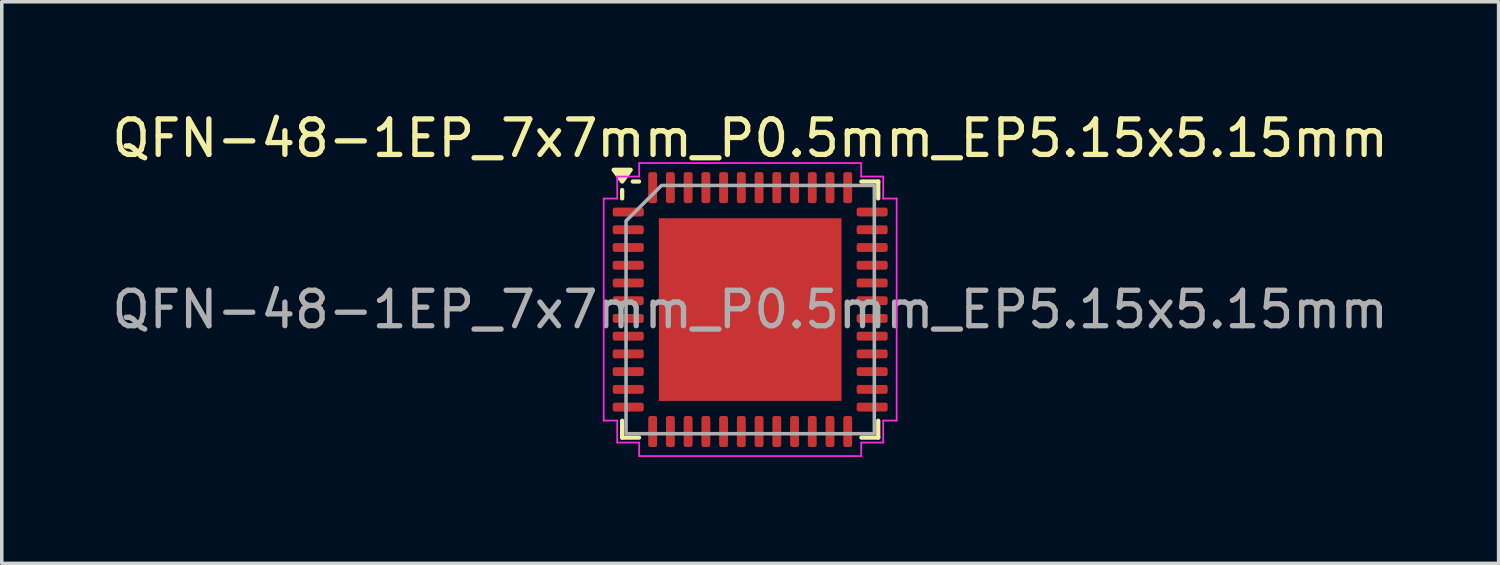
<source format=kicad_pcb>
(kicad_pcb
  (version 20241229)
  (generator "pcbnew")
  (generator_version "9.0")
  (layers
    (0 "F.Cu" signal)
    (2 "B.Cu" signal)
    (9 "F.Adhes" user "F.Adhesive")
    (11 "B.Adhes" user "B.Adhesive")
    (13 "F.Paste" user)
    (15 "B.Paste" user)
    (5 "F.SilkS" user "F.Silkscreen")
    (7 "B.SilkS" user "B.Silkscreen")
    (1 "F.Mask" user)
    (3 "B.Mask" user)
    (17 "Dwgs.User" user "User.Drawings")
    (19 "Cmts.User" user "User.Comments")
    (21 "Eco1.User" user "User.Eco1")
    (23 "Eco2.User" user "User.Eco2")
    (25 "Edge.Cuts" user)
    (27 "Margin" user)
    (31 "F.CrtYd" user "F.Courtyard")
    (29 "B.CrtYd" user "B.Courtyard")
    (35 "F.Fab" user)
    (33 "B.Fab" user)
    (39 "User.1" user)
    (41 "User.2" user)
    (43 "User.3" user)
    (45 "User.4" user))
  (footprint "QFN-48-1EP_7x7mm_P0.5mm_EP5.15x5.15mm"
    (layer "F.Cu")
    (at 18.101 5.678)
    (property "Reference" "QFN-48-1EP_7x7mm_P0.5mm_EP5.15x5.15mm" (at 0 -4.83 0) (layer "F.SilkS") (effects (font (size 1 1) (thickness 0.15))))
    (attr smd)
    (fp_line (start -3.61 -3.135) (end -3.61 -3.37) (stroke (width 0.12) (type solid)) (layer "F.SilkS"))
    (fp_line (start -3.61 3.61) (end -3.61 3.135) (stroke (width 0.12) (type solid)) (layer "F.SilkS"))
    (fp_line (start -3.135 -3.61) (end -3.31 -3.61) (stroke (width 0.12) (type solid)) (layer "F.SilkS"))
    (fp_line (start -3.135 3.61) (end -3.61 3.61) (stroke (width 0.12) (type solid)) (layer "F.SilkS"))
    (fp_line (start 3.135 -3.61) (end 3.61 -3.61) (stroke (width 0.12) (type solid)) (layer "F.SilkS"))
    (fp_line (start 3.135 3.61) (end 3.61 3.61) (stroke (width 0.12) (type solid)) (layer "F.SilkS"))
    (fp_line (start 3.61 -3.61) (end 3.61 -3.135) (stroke (width 0.12) (type solid)) (layer "F.SilkS"))
    (fp_line (start 3.61 3.61) (end 3.61 3.135) (stroke (width 0.12) (type solid)) (layer "F.SilkS"))
    (fp_poly (pts (xy -3.61 -3.61) (xy -3.85 -3.94) (xy -3.37 -3.94)) (stroke (width 0.12) (type solid)) (fill yes) (layer "F.SilkS"))
    (fp_line (start -4.13 -3.13) (end -3.75 -3.13) (stroke (width 0.05) (type solid)) (layer "F.CrtYd"))
    (fp_line (start -4.13 3.13) (end -4.13 -3.13) (stroke (width 0.05) (type solid)) (layer "F.CrtYd"))
    (fp_line (start -3.75 -3.75) (end -3.13 -3.75) (stroke (width 0.05) (type solid)) (layer "F.CrtYd"))
    (fp_line (start -3.75 -3.13) (end -3.75 -3.75) (stroke (width 0.05) (type solid)) (layer "F.CrtYd"))
    (fp_line (start -3.75 3.13) (end -4.13 3.13) (stroke (width 0.05) (type solid)) (layer "F.CrtYd"))
    (fp_line (start -3.75 3.75) (end -3.75 3.13) (stroke (width 0.05) (type solid)) (layer "F.CrtYd"))
    (fp_line (start -3.13 -4.13) (end 3.13 -4.13) (stroke (width 0.05) (type solid)) (layer "F.CrtYd"))
    (fp_line (start -3.13 -3.75) (end -3.13 -4.13) (stroke (width 0.05) (type solid)) (layer "F.CrtYd"))
    (fp_line (start -3.13 3.75) (end -3.75 3.75) (stroke (width 0.05) (type solid)) (layer "F.CrtYd"))
    (fp_line (start -3.13 4.13) (end -3.13 3.75) (stroke (width 0.05) (type solid)) (layer "F.CrtYd"))
    (fp_line (start 3.13 -4.13) (end 3.13 -3.75) (stroke (width 0.05) (type solid)) (layer "F.CrtYd"))
    (fp_line (start 3.13 -3.75) (end 3.75 -3.75) (stroke (width 0.05) (type solid)) (layer "F.CrtYd"))
    (fp_line (start 3.13 3.75) (end 3.13 4.13) (stroke (width 0.05) (type solid)) (layer "F.CrtYd"))
    (fp_line (start 3.13 4.13) (end -3.13 4.13) (stroke (width 0.05) (type solid)) (layer "F.CrtYd"))
    (fp_line (start 3.75 -3.75) (end 3.75 -3.13) (stroke (width 0.05) (type solid)) (layer "F.CrtYd"))
    (fp_line (start 3.75 -3.13) (end 4.13 -3.13) (stroke (width 0.05) (type solid)) (layer "F.CrtYd"))
    (fp_line (start 3.75 3.13) (end 3.75 3.75) (stroke (width 0.05) (type solid)) (layer "F.CrtYd"))
    (fp_line (start 3.75 3.75) (end 3.13 3.75) (stroke (width 0.05) (type solid)) (layer "F.CrtYd"))
    (fp_line (start 4.13 -3.13) (end 4.13 3.13) (stroke (width 0.05) (type solid)) (layer "F.CrtYd"))
    (fp_line (start 4.13 3.13) (end 3.75 3.13) (stroke (width 0.05) (type solid)) (layer "F.CrtYd"))
    (fp_poly (pts (xy -3.5 -2.5) (xy -3.5 3.5) (xy 3.5 3.5) (xy 3.5 -3.5) (xy -2.5 -3.5)) (stroke (width 0.1) (type solid)) (fill no) (layer "F.Fab"))
    (fp_text user "${REFERENCE}" (at 0 0 0) (layer "F.Fab") (effects (font (size 1 1) (thickness 0.15))))
    (pad "" smd roundrect (at -1.935 -1.935) (size 1.04 1.04) (layers "F.Paste") (roundrect_rratio 0.24))
    (pad "" smd roundrect (at -1.935 -0.645) (size 1.04 1.04) (layers "F.Paste") (roundrect_rratio 0.24))
    (pad "" smd roundrect (at -1.935 0.645) (size 1.04 1.04) (layers "F.Paste") (roundrect_rratio 0.24))
    (pad "" smd roundrect (at -1.935 1.935) (size 1.04 1.04) (layers "F.Paste") (roundrect_rratio 0.24))
    (pad "" smd roundrect (at -0.645 -1.935) (size 1.04 1.04) (layers "F.Paste") (roundrect_rratio 0.24))
    (pad "" smd roundrect (at -0.645 -0.645) (size 1.04 1.04) (layers "F.Paste") (roundrect_rratio 0.24))
    (pad "" smd roundrect (at -0.645 0.645) (size 1.04 1.04) (layers "F.Paste") (roundrect_rratio 0.24))
    (pad "" smd roundrect (at -0.645 1.935) (size 1.04 1.04) (layers "F.Paste") (roundrect_rratio 0.24))
    (pad "" smd roundrect (at 0.645 -1.935) (size 1.04 1.04) (layers "F.Paste") (roundrect_rratio 0.24))
    (pad "" smd roundrect (at 0.645 -0.645) (size 1.04 1.04) (layers "F.Paste") (roundrect_rratio 0.24))
    (pad "" smd roundrect (at 0.645 0.645) (size 1.04 1.04) (layers "F.Paste") (roundrect_rratio 0.24))
    (pad "" smd roundrect (at 0.645 1.935) (size 1.04 1.04) (layers "F.Paste") (roundrect_rratio 0.24))
    (pad "" smd roundrect (at 1.935 -1.935) (size 1.04 1.04) (layers "F.Paste") (roundrect_rratio 0.24))
    (pad "" smd roundrect (at 1.935 -0.645) (size 1.04 1.04) (layers "F.Paste") (roundrect_rratio 0.24))
    (pad "" smd roundrect (at 1.935 0.645) (size 1.04 1.04) (layers "F.Paste") (roundrect_rratio 0.24))
    (pad "" smd roundrect (at 1.935 1.935) (size 1.04 1.04) (layers "F.Paste") (roundrect_rratio 0.24))
    (pad "1" smd roundrect (at -3.438 -2.75) (size 0.875 0.25) (layers "F.Cu" "F.Mask" "F.Paste") (roundrect_rratio 0.25))
    (pad "2" smd roundrect (at -3.438 -2.25) (size 0.875 0.25) (layers "F.Cu" "F.Mask" "F.Paste") (roundrect_rratio 0.25))
    (pad "3" smd roundrect (at -3.438 -1.75) (size 0.875 0.25) (layers "F.Cu" "F.Mask" "F.Paste") (roundrect_rratio 0.25))
    (pad "4" smd roundrect (at -3.438 -1.25) (size 0.875 0.25) (layers "F.Cu" "F.Mask" "F.Paste") (roundrect_rratio 0.25))
    (pad "5" smd roundrect (at -3.438 -0.75) (size 0.875 0.25) (layers "F.Cu" "F.Mask" "F.Paste") (roundrect_rratio 0.25))
    (pad "6" smd roundrect (at -3.438 -0.25) (size 0.875 0.25) (layers "F.Cu" "F.Mask" "F.Paste") (roundrect_rratio 0.25))
    (pad "7" smd roundrect (at -3.438 0.25) (size 0.875 0.25) (layers "F.Cu" "F.Mask" "F.Paste") (roundrect_rratio 0.25))
    (pad "8" smd roundrect (at -3.438 0.75) (size 0.875 0.25) (layers "F.Cu" "F.Mask" "F.Paste") (roundrect_rratio 0.25))
    (pad "9" smd roundrect (at -3.438 1.25) (size 0.875 0.25) (layers "F.Cu" "F.Mask" "F.Paste") (roundrect_rratio 0.25))
    (pad "10" smd roundrect (at -3.438 1.75) (size 0.875 0.25) (layers "F.Cu" "F.Mask" "F.Paste") (roundrect_rratio 0.25))
    (pad "11" smd roundrect (at -3.438 2.25) (size 0.875 0.25) (layers "F.Cu" "F.Mask" "F.Paste") (roundrect_rratio 0.25))
    (pad "12" smd roundrect (at -3.438 2.75) (size 0.875 0.25) (layers "F.Cu" "F.Mask" "F.Paste") (roundrect_rratio 0.25))
    (pad "13" smd roundrect (at -2.75 3.438) (size 0.25 0.875) (layers "F.Cu" "F.Mask" "F.Paste") (roundrect_rratio 0.25))
    (pad "14" smd roundrect (at -2.25 3.438) (size 0.25 0.875) (layers "F.Cu" "F.Mask" "F.Paste") (roundrect_rratio 0.25))
    (pad "15" smd roundrect (at -1.75 3.438) (size 0.25 0.875) (layers "F.Cu" "F.Mask" "F.Paste") (roundrect_rratio 0.25))
    (pad "16" smd roundrect (at -1.25 3.438) (size 0.25 0.875) (layers "F.Cu" "F.Mask" "F.Paste") (roundrect_rratio 0.25))
    (pad "17" smd roundrect (at -0.75 3.438) (size 0.25 0.875) (layers "F.Cu" "F.Mask" "F.Paste") (roundrect_rratio 0.25))
    (pad "18" smd roundrect (at -0.25 3.438) (size 0.25 0.875) (layers "F.Cu" "F.Mask" "F.Paste") (roundrect_rratio 0.25))
    (pad "19" smd roundrect (at 0.25 3.438) (size 0.25 0.875) (layers "F.Cu" "F.Mask" "F.Paste") (roundrect_rratio 0.25))
    (pad "20" smd roundrect (at 0.75 3.438) (size 0.25 0.875) (layers "F.Cu" "F.Mask" "F.Paste") (roundrect_rratio 0.25))
    (pad "21" smd roundrect (at 1.25 3.438) (size 0.25 0.875) (layers "F.Cu" "F.Mask" "F.Paste") (roundrect_rratio 0.25))
    (pad "22" smd roundrect (at 1.75 3.438) (size 0.25 0.875) (layers "F.Cu" "F.Mask" "F.Paste") (roundrect_rratio 0.25))
    (pad "23" smd roundrect (at 2.25 3.438) (size 0.25 0.875) (layers "F.Cu" "F.Mask" "F.Paste") (roundrect_rratio 0.25))
    (pad "24" smd roundrect (at 2.75 3.438) (size 0.25 0.875) (layers "F.Cu" "F.Mask" "F.Paste") (roundrect_rratio 0.25))
    (pad "25" smd roundrect (at 3.438 2.75) (size 0.875 0.25) (layers "F.Cu" "F.Mask" "F.Paste") (roundrect_rratio 0.25))
    (pad "26" smd roundrect (at 3.438 2.25) (size 0.875 0.25) (layers "F.Cu" "F.Mask" "F.Paste") (roundrect_rratio 0.25))
    (pad "27" smd roundrect (at 3.438 1.75) (size 0.875 0.25) (layers "F.Cu" "F.Mask" "F.Paste") (roundrect_rratio 0.25))
    (pad "28" smd roundrect (at 3.438 1.25) (size 0.875 0.25) (layers "F.Cu" "F.Mask" "F.Paste") (roundrect_rratio 0.25))
    (pad "29" smd roundrect (at 3.438 0.75) (size 0.875 0.25) (layers "F.Cu" "F.Mask" "F.Paste") (roundrect_rratio 0.25))
    (pad "30" smd roundrect (at 3.438 0.25) (size 0.875 0.25) (layers "F.Cu" "F.Mask" "F.Paste") (roundrect_rratio 0.25))
    (pad "31" smd roundrect (at 3.438 -0.25) (size 0.875 0.25) (layers "F.Cu" "F.Mask" "F.Paste") (roundrect_rratio 0.25))
    (pad "32" smd roundrect (at 3.438 -0.75) (size 0.875 0.25) (layers "F.Cu" "F.Mask" "F.Paste") (roundrect_rratio 0.25))
    (pad "33" smd roundrect (at 3.438 -1.25) (size 0.875 0.25) (layers "F.Cu" "F.Mask" "F.Paste") (roundrect_rratio 0.25))
    (pad "34" smd roundrect (at 3.438 -1.75) (size 0.875 0.25) (layers "F.Cu" "F.Mask" "F.Paste") (roundrect_rratio 0.25))
    (pad "35" smd roundrect (at 3.438 -2.25) (size 0.875 0.25) (layers "F.Cu" "F.Mask" "F.Paste") (roundrect_rratio 0.25))
    (pad "36" smd roundrect (at 3.438 -2.75) (size 0.875 0.25) (layers "F.Cu" "F.Mask" "F.Paste") (roundrect_rratio 0.25))
    (pad "37" smd roundrect (at 2.75 -3.438) (size 0.25 0.875) (layers "F.Cu" "F.Mask" "F.Paste") (roundrect_rratio 0.25))
    (pad "38" smd roundrect (at 2.25 -3.438) (size 0.25 0.875) (layers "F.Cu" "F.Mask" "F.Paste") (roundrect_rratio 0.25))
    (pad "39" smd roundrect (at 1.75 -3.438) (size 0.25 0.875) (layers "F.Cu" "F.Mask" "F.Paste") (roundrect_rratio 0.25))
    (pad "40" smd roundrect (at 1.25 -3.438) (size 0.25 0.875) (layers "F.Cu" "F.Mask" "F.Paste") (roundrect_rratio 0.25))
    (pad "41" smd roundrect (at 0.75 -3.438) (size 0.25 0.875) (layers "F.Cu" "F.Mask" "F.Paste") (roundrect_rratio 0.25))
    (pad "42" smd roundrect (at 0.25 -3.438) (size 0.25 0.875) (layers "F.Cu" "F.Mask" "F.Paste") (roundrect_rratio 0.25))
    (pad "43" smd roundrect (at -0.25 -3.438) (size 0.25 0.875) (layers "F.Cu" "F.Mask" "F.Paste") (roundrect_rratio 0.25))
    (pad "44" smd roundrect (at -0.75 -3.438) (size 0.25 0.875) (layers "F.Cu" "F.Mask" "F.Paste") (roundrect_rratio 0.25))
    (pad "45" smd roundrect (at -1.25 -3.438) (size 0.25 0.875) (layers "F.Cu" "F.Mask" "F.Paste") (roundrect_rratio 0.25))
    (pad "46" smd roundrect (at -1.75 -3.438) (size 0.25 0.875) (layers "F.Cu" "F.Mask" "F.Paste") (roundrect_rratio 0.25))
    (pad "47" smd roundrect (at -2.25 -3.438) (size 0.25 0.875) (layers "F.Cu" "F.Mask" "F.Paste") (roundrect_rratio 0.25))
    (pad "48" smd roundrect (at -2.75 -3.438) (size 0.25 0.875) (layers "F.Cu" "F.Mask" "F.Paste") (roundrect_rratio 0.25))
    (pad "49" smd rect (at 0 0) (size 5.15 5.15) (property pad_prop_heatsink) (layers "F.Cu" "F.Mask")))
  (gr_rect
    (start -3 -3)
    (end 39.202 12.833)
    (stroke (width 0.1) (type default))
    (fill no)
    (layer "Edge.Cuts")))
</source>
